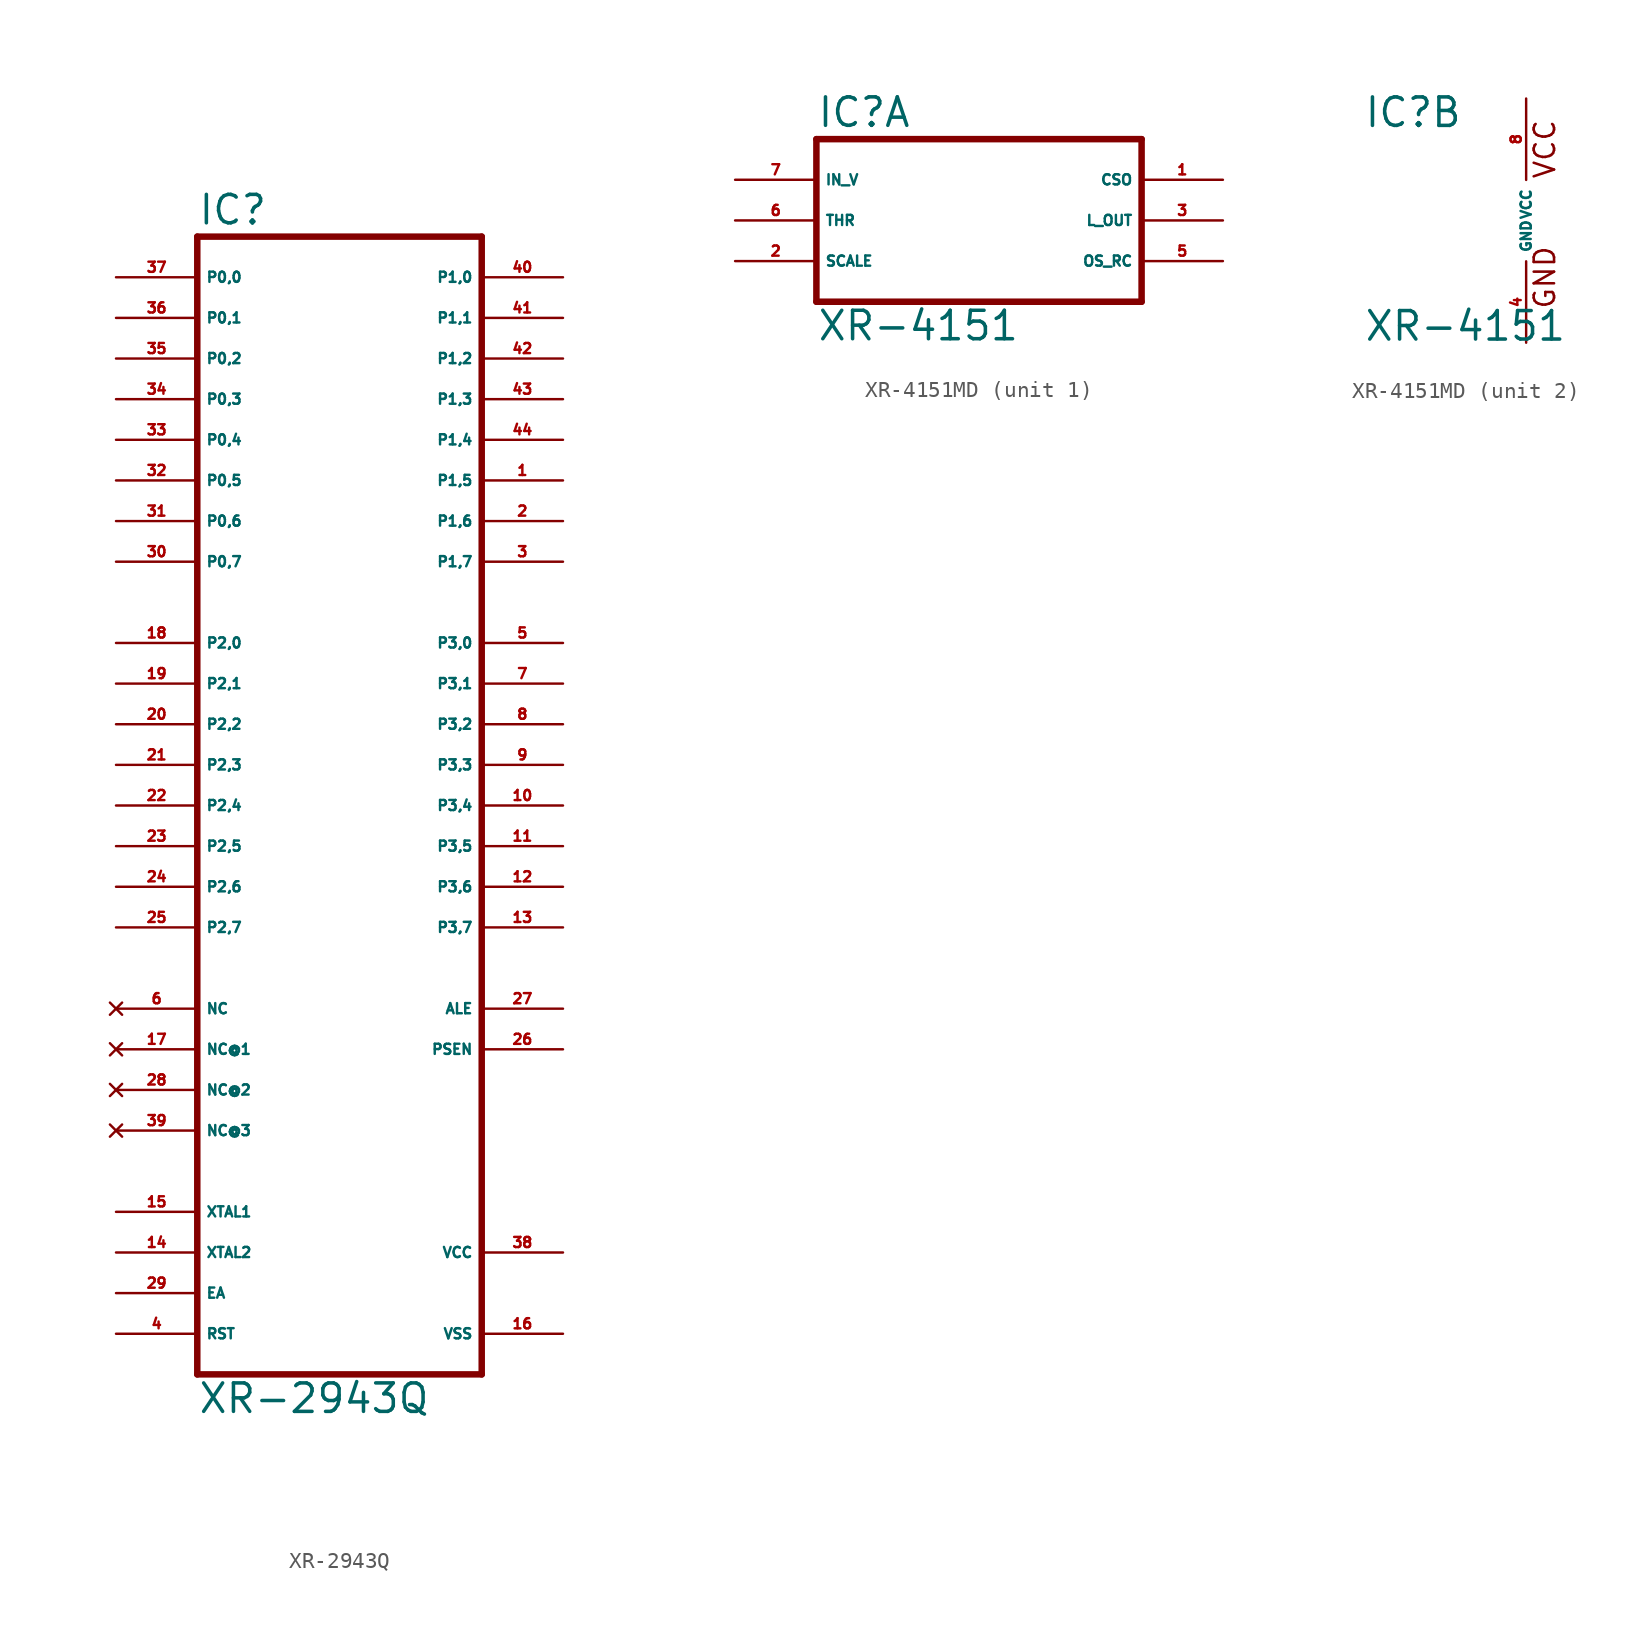
<source format=kicad_sym>
(kicad_symbol_lib
  (version 20220914)
  (generator Eagle2Kicad)
  (symbol "XR-2943Q"
    (property "Reference" "IC"
      (at -10.16 33.655 0)
      (effects (font (size 1.778 1.778) (thickness 0.22)) (justify left bottom)))
    (property "Value" "XR-2943Q"
      (at -10.16 -40.64 0)
      (effects (font (size 1.778 1.778) (thickness 0.22)) (justify left bottom)))
    (polyline
      (pts (xy -10.16 33.02) (xy 7.62 33.02))
      (stroke (width 0.406) (type default))
      (fill (type none)))
    (polyline
      (pts (xy 7.62 33.02) (xy 7.62 -38.1))
      (stroke (width 0.406) (type default))
      (fill (type none)))
    (polyline
      (pts (xy 7.62 -38.1) (xy -10.16 -38.1))
      (stroke (width 0.406) (type default))
      (fill (type none)))
    (polyline
      (pts (xy -10.16 -38.1) (xy -10.16 33.02))
      (stroke (width 0.406) (type default))
      (fill (type none)))
    (pin bidirectional line
      (at -15.24 30.48 0)
      (length 5.08)
      (name "P0,0" (effects (font (size 0.635 0.635) (thickness 0.08)) (justify left bottom)))
      (number "37" (effects (font (size 0.635 0.635) (thickness 0.08)) (justify left bottom))))
    (pin bidirectional line
      (at -15.24 27.94 0)
      (length 5.08)
      (name "P0,1" (effects (font (size 0.635 0.635) (thickness 0.08)) (justify left bottom)))
      (number "36" (effects (font (size 0.635 0.635) (thickness 0.08)) (justify left bottom))))
    (pin bidirectional line
      (at -15.24 25.4 0)
      (length 5.08)
      (name "P0,2" (effects (font (size 0.635 0.635) (thickness 0.08)) (justify left bottom)))
      (number "35" (effects (font (size 0.635 0.635) (thickness 0.08)) (justify left bottom))))
    (pin bidirectional line
      (at -15.24 22.86 0)
      (length 5.08)
      (name "P0,3" (effects (font (size 0.635 0.635) (thickness 0.08)) (justify left bottom)))
      (number "34" (effects (font (size 0.635 0.635) (thickness 0.08)) (justify left bottom))))
    (pin bidirectional line
      (at -15.24 20.32 0)
      (length 5.08)
      (name "P0,4" (effects (font (size 0.635 0.635) (thickness 0.08)) (justify left bottom)))
      (number "33" (effects (font (size 0.635 0.635) (thickness 0.08)) (justify left bottom))))
    (pin bidirectional line
      (at -15.24 17.78 0)
      (length 5.08)
      (name "P0,5" (effects (font (size 0.635 0.635) (thickness 0.08)) (justify left bottom)))
      (number "32" (effects (font (size 0.635 0.635) (thickness 0.08)) (justify left bottom))))
    (pin bidirectional line
      (at -15.24 15.24 0)
      (length 5.08)
      (name "P0,6" (effects (font (size 0.635 0.635) (thickness 0.08)) (justify left bottom)))
      (number "31" (effects (font (size 0.635 0.635) (thickness 0.08)) (justify left bottom))))
    (pin bidirectional line
      (at -15.24 12.7 0)
      (length 5.08)
      (name "P0,7" (effects (font (size 0.635 0.635) (thickness 0.08)) (justify left bottom)))
      (number "30" (effects (font (size 0.635 0.635) (thickness 0.08)) (justify left bottom))))
    (pin bidirectional line
      (at 12.7 27.94 180)
      (length 5.08)
      (name "P1,1" (effects (font (size 0.635 0.635) (thickness 0.08)) (justify left bottom)))
      (number "41" (effects (font (size 0.635 0.635) (thickness 0.08)) (justify left bottom))))
    (pin bidirectional line
      (at 12.7 25.4 180)
      (length 5.08)
      (name "P1,2" (effects (font (size 0.635 0.635) (thickness 0.08)) (justify left bottom)))
      (number "42" (effects (font (size 0.635 0.635) (thickness 0.08)) (justify left bottom))))
    (pin bidirectional line
      (at 12.7 22.86 180)
      (length 5.08)
      (name "P1,3" (effects (font (size 0.635 0.635) (thickness 0.08)) (justify left bottom)))
      (number "43" (effects (font (size 0.635 0.635) (thickness 0.08)) (justify left bottom))))
    (pin bidirectional line
      (at 12.7 20.32 180)
      (length 5.08)
      (name "P1,4" (effects (font (size 0.635 0.635) (thickness 0.08)) (justify left bottom)))
      (number "44" (effects (font (size 0.635 0.635) (thickness 0.08)) (justify left bottom))))
    (pin bidirectional line
      (at 12.7 17.78 180)
      (length 5.08)
      (name "P1,5" (effects (font (size 0.635 0.635) (thickness 0.08)) (justify left bottom)))
      (number "1" (effects (font (size 0.635 0.635) (thickness 0.08)) (justify left bottom))))
    (pin bidirectional line
      (at 12.7 15.24 180)
      (length 5.08)
      (name "P1,6" (effects (font (size 0.635 0.635) (thickness 0.08)) (justify left bottom)))
      (number "2" (effects (font (size 0.635 0.635) (thickness 0.08)) (justify left bottom))))
    (pin bidirectional line
      (at 12.7 12.7 180)
      (length 5.08)
      (name "P1,7" (effects (font (size 0.635 0.635) (thickness 0.08)) (justify left bottom)))
      (number "3" (effects (font (size 0.635 0.635) (thickness 0.08)) (justify left bottom))))
    (pin bidirectional line
      (at 12.7 30.48 180)
      (length 5.08)
      (name "P1,0" (effects (font (size 0.635 0.635) (thickness 0.08)) (justify left bottom)))
      (number "40" (effects (font (size 0.635 0.635) (thickness 0.08)) (justify left bottom))))
    (pin input line
      (at -15.24 -27.94 0)
      (length 5.08)
      (name "XTAL1" (effects (font (size 0.635 0.635) (thickness 0.08)) (justify left bottom)))
      (number "15" (effects (font (size 0.635 0.635) (thickness 0.08)) (justify left bottom))))
    (pin input line
      (at -15.24 -30.48 0)
      (length 5.08)
      (name "XTAL2" (effects (font (size 0.635 0.635) (thickness 0.08)) (justify left bottom)))
      (number "14" (effects (font (size 0.635 0.635) (thickness 0.08)) (justify left bottom))))
    (pin output line
      (at 12.7 -17.78 180)
      (length 5.08)
      (name "PSEN" (effects (font (size 0.635 0.635) (thickness 0.08)) (justify left bottom)))
      (number "26" (effects (font (size 0.635 0.635) (thickness 0.08)) (justify left bottom))))
    (pin output line
      (at 12.7 -15.24 180)
      (length 5.08)
      (name "ALE" (effects (font (size 0.635 0.635) (thickness 0.08)) (justify left bottom)))
      (number "27" (effects (font (size 0.635 0.635) (thickness 0.08)) (justify left bottom))))
    (pin input line
      (at -15.24 -33.02 0)
      (length 5.08)
      (name "EA" (effects (font (size 0.635 0.635) (thickness 0.08)) (justify left bottom)))
      (number "29" (effects (font (size 0.635 0.635) (thickness 0.08)) (justify left bottom))))
    (pin bidirectional line
      (at -15.24 7.62 0)
      (length 5.08)
      (name "P2,0" (effects (font (size 0.635 0.635) (thickness 0.08)) (justify left bottom)))
      (number "18" (effects (font (size 0.635 0.635) (thickness 0.08)) (justify left bottom))))
    (pin bidirectional line
      (at -15.24 5.08 0)
      (length 5.08)
      (name "P2,1" (effects (font (size 0.635 0.635) (thickness 0.08)) (justify left bottom)))
      (number "19" (effects (font (size 0.635 0.635) (thickness 0.08)) (justify left bottom))))
    (pin bidirectional line
      (at -15.24 2.54 0)
      (length 5.08)
      (name "P2,2" (effects (font (size 0.635 0.635) (thickness 0.08)) (justify left bottom)))
      (number "20" (effects (font (size 0.635 0.635) (thickness 0.08)) (justify left bottom))))
    (pin bidirectional line
      (at -15.24 0 0)
      (length 5.08)
      (name "P2,3" (effects (font (size 0.635 0.635) (thickness 0.08)) (justify left bottom)))
      (number "21" (effects (font (size 0.635 0.635) (thickness 0.08)) (justify left bottom))))
    (pin bidirectional line
      (at -15.24 -2.54 0)
      (length 5.08)
      (name "P2,4" (effects (font (size 0.635 0.635) (thickness 0.08)) (justify left bottom)))
      (number "22" (effects (font (size 0.635 0.635) (thickness 0.08)) (justify left bottom))))
    (pin bidirectional line
      (at -15.24 -5.08 0)
      (length 5.08)
      (name "P2,5" (effects (font (size 0.635 0.635) (thickness 0.08)) (justify left bottom)))
      (number "23" (effects (font (size 0.635 0.635) (thickness 0.08)) (justify left bottom))))
    (pin bidirectional line
      (at -15.24 -7.62 0)
      (length 5.08)
      (name "P2,6" (effects (font (size 0.635 0.635) (thickness 0.08)) (justify left bottom)))
      (number "24" (effects (font (size 0.635 0.635) (thickness 0.08)) (justify left bottom))))
    (pin bidirectional line
      (at -15.24 -10.16 0)
      (length 5.08)
      (name "P2,7" (effects (font (size 0.635 0.635) (thickness 0.08)) (justify left bottom)))
      (number "25" (effects (font (size 0.635 0.635) (thickness 0.08)) (justify left bottom))))
    (pin unspecified line
      (at 12.7 -30.48 180)
      (length 5.08)
      (name "VCC" (effects (font (size 0.635 0.635) (thickness 0.08)) (justify left bottom)))
      (number "38" (effects (font (size 0.635 0.635) (thickness 0.08)) (justify left bottom))))
    (pin unspecified line
      (at 12.7 -35.56 180)
      (length 5.08)
      (name "VSS" (effects (font (size 0.635 0.635) (thickness 0.08)) (justify left bottom)))
      (number "16" (effects (font (size 0.635 0.635) (thickness 0.08)) (justify left bottom))))
    (pin input line
      (at -15.24 -35.56 0)
      (length 5.08)
      (name "RST" (effects (font (size 0.635 0.635) (thickness 0.08)) (justify left bottom)))
      (number "4" (effects (font (size 0.635 0.635) (thickness 0.08)) (justify left bottom))))
    (pin no_connect line
      (at -15.24 -15.24 0)
      (length 5.08)
      (name "NC" (effects (font (size 0.635 0.635) (thickness 0.08)) (justify left bottom) hide))
      (number "6" (effects (font (size 0.635 0.635) (thickness 0.08)) (justify left bottom) hide)))
    (pin no_connect line
      (at -15.24 -17.78 0)
      (length 5.08)
      (name "NC@1" (effects (font (size 0.635 0.635) (thickness 0.08)) (justify left bottom) hide))
      (number "17" (effects (font (size 0.635 0.635) (thickness 0.08)) (justify left bottom) hide)))
    (pin no_connect line
      (at -15.24 -20.32 0)
      (length 5.08)
      (name "NC@2" (effects (font (size 0.635 0.635) (thickness 0.08)) (justify left bottom) hide))
      (number "28" (effects (font (size 0.635 0.635) (thickness 0.08)) (justify left bottom) hide)))
    (pin no_connect line
      (at -15.24 -22.86 0)
      (length 5.08)
      (name "NC@3" (effects (font (size 0.635 0.635) (thickness 0.08)) (justify left bottom) hide))
      (number "39" (effects (font (size 0.635 0.635) (thickness 0.08)) (justify left bottom) hide)))
    (pin bidirectional line
      (at 12.7 7.62 180)
      (length 5.08)
      (name "P3,0" (effects (font (size 0.635 0.635) (thickness 0.08)) (justify left bottom)))
      (number "5" (effects (font (size 0.635 0.635) (thickness 0.08)) (justify left bottom))))
    (pin bidirectional line
      (at 12.7 5.08 180)
      (length 5.08)
      (name "P3,1" (effects (font (size 0.635 0.635) (thickness 0.08)) (justify left bottom)))
      (number "7" (effects (font (size 0.635 0.635) (thickness 0.08)) (justify left bottom))))
    (pin bidirectional line
      (at 12.7 2.54 180)
      (length 5.08)
      (name "P3,2" (effects (font (size 0.635 0.635) (thickness 0.08)) (justify left bottom)))
      (number "8" (effects (font (size 0.635 0.635) (thickness 0.08)) (justify left bottom))))
    (pin bidirectional line
      (at 12.7 0 180)
      (length 5.08)
      (name "P3,3" (effects (font (size 0.635 0.635) (thickness 0.08)) (justify left bottom)))
      (number "9" (effects (font (size 0.635 0.635) (thickness 0.08)) (justify left bottom))))
    (pin bidirectional line
      (at 12.7 -2.54 180)
      (length 5.08)
      (name "P3,4" (effects (font (size 0.635 0.635) (thickness 0.08)) (justify left bottom)))
      (number "10" (effects (font (size 0.635 0.635) (thickness 0.08)) (justify left bottom))))
    (pin bidirectional line
      (at 12.7 -5.08 180)
      (length 5.08)
      (name "P3,5" (effects (font (size 0.635 0.635) (thickness 0.08)) (justify left bottom)))
      (number "11" (effects (font (size 0.635 0.635) (thickness 0.08)) (justify left bottom))))
    (pin bidirectional line
      (at 12.7 -7.62 180)
      (length 5.08)
      (name "P3,6" (effects (font (size 0.635 0.635) (thickness 0.08)) (justify left bottom)))
      (number "12" (effects (font (size 0.635 0.635) (thickness 0.08)) (justify left bottom))))
    (pin bidirectional line
      (at 12.7 -10.16 180)
      (length 5.08)
      (name "P3,7" (effects (font (size 0.635 0.635) (thickness 0.08)) (justify left bottom)))
      (number "13" (effects (font (size 0.635 0.635) (thickness 0.08)) (justify left bottom)))))
  (symbol "XR-4151MD"
    (property "Reference" "IC"
      (at -10.16 5.715 0)
      (effects (font (size 1.778 1.778) (thickness 0.22)) (justify left bottom)))
    (property "Value" "XR-4151"
      (at -10.16 -7.62 0)
      (effects (font (size 1.778 1.778) (thickness 0.22)) (justify left bottom)))
    (symbol "XR-4151MD_1_0"
      (polyline (pts (xy -10.16 5.08) (xy -10.16 -5.08)) (stroke (width 0.406) (type default)) (fill (type none)))
      (polyline (pts (xy -10.16 -5.08) (xy 10.16 -5.08)) (stroke (width 0.406) (type default)) (fill (type none)))
      (polyline (pts (xy 10.16 -5.08) (xy 10.16 5.08)) (stroke (width 0.406) (type default)) (fill (type none)))
      (polyline (pts (xy 10.16 5.08) (xy -10.16 5.08)) (stroke (width 0.406) (type default)) (fill (type none)))
      (pin output line (at 15.24 2.54 180) (length 5.08) (name "CSO" (effects (font (size 0.635 0.635) (thickness 0.08)) (justify left bottom))) (number "1" (effects (font (size 0.635 0.635) (thickness 0.08)) (justify left bottom))))
      (pin passive line (at -15.24 -2.54 0) (length 5.08) (name "SCALE" (effects (font (size 0.635 0.635) (thickness 0.08)) (justify left bottom))) (number "2" (effects (font (size 0.635 0.635) (thickness 0.08)) (justify left bottom))))
      (pin output line (at 15.24 0 180) (length 5.08) (name "L_OUT" (effects (font (size 0.635 0.635) (thickness 0.08)) (justify left bottom))) (number "3" (effects (font (size 0.635 0.635) (thickness 0.08)) (justify left bottom))))
      (pin input line (at -15.24 2.54 0) (length 5.08) (name "IN_V" (effects (font (size 0.635 0.635) (thickness 0.08)) (justify left bottom))) (number "7" (effects (font (size 0.635 0.635) (thickness 0.08)) (justify left bottom))))
      (pin input line (at -15.24 0 0) (length 5.08) (name "THR" (effects (font (size 0.635 0.635) (thickness 0.08)) (justify left bottom))) (number "6" (effects (font (size 0.635 0.635) (thickness 0.08)) (justify left bottom))))
      (pin passive line (at 15.24 -2.54 180) (length 5.08) (name "OS_RC" (effects (font (size 0.635 0.635) (thickness 0.08)) (justify left bottom))) (number "5" (effects (font (size 0.635 0.635) (thickness 0.08)) (justify left bottom)))))
    (symbol "XR-4151MD_2_0"
      (text "GND" (at 1.905 -5.588 900) (effects (font (size 1.27 1.27) (thickness 0.16)) (justify left bottom)))
      (text "VCC" (at 1.905 2.54 900) (effects (font (size 1.27 1.27) (thickness 0.16)) (justify left bottom)))
      (pin unspecified line (at 0 7.62 270) (length 5.08) (name "VCC" (effects (font (size 0.635 0.635) (thickness 0.08)) (justify left bottom))) (number "8" (effects (font (size 0.635 0.635) (thickness 0.08)) (justify left bottom))))
      (pin unspecified line (at 0 -7.62 90) (length 5.08) (name "GND" (effects (font (size 0.635 0.635) (thickness 0.08)) (justify left bottom))) (number "4" (effects (font (size 0.635 0.635) (thickness 0.08)) (justify left bottom)))))))
</source>
